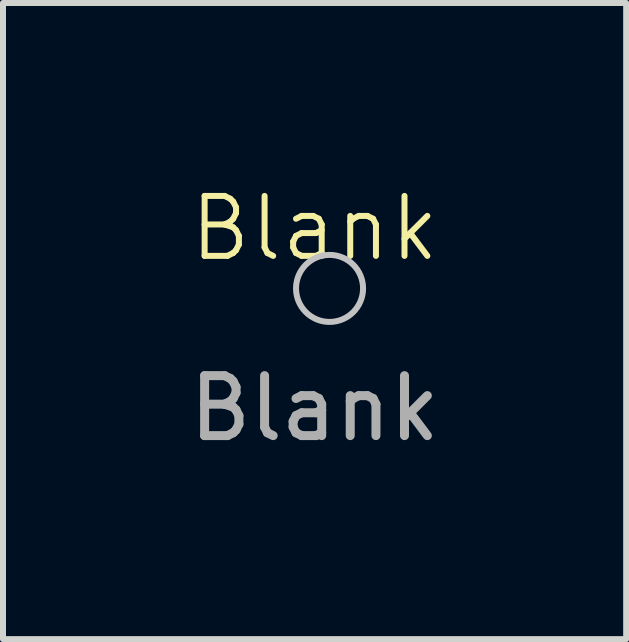
<source format=kicad_pcb>
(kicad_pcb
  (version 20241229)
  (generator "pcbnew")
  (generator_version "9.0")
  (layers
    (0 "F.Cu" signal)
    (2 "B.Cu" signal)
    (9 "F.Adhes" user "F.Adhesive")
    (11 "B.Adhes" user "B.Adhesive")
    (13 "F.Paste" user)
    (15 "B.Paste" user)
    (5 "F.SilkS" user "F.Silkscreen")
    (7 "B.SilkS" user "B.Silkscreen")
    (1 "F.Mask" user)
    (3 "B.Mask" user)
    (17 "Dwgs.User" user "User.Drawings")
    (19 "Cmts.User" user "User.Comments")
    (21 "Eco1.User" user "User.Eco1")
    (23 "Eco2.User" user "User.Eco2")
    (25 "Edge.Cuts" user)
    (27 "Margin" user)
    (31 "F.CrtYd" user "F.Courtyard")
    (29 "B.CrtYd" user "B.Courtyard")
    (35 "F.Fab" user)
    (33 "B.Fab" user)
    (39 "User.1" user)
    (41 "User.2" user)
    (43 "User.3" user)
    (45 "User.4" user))
  (footprint "Blank"
    (layer "F.Cu")
    (at 2.196 1.26)
    (property "Reference" "Blank" (at 0 -0.5 0) (unlocked yes) (layer "F.SilkS") (effects (font (size 1 1) (thickness 0.1))))
    (attr smd)
    (fp_circle (center 0.25 0.5) (end 0.809 0.5) (stroke (width 0.1) (type solid)) (fill no) (layer "Dwgs.User"))
    (fp_text user "${REFERENCE}" (at 0 2.5 0) (unlocked yes) (layer "F.Fab") (effects (font (size 1 1) (thickness 0.15)))))
  (gr_rect
    (start -3 -3)
    (end 7.393 7.609)
    (stroke (width 0.1) (type default))
    (fill no)
    (layer "Edge.Cuts")))
</source>
